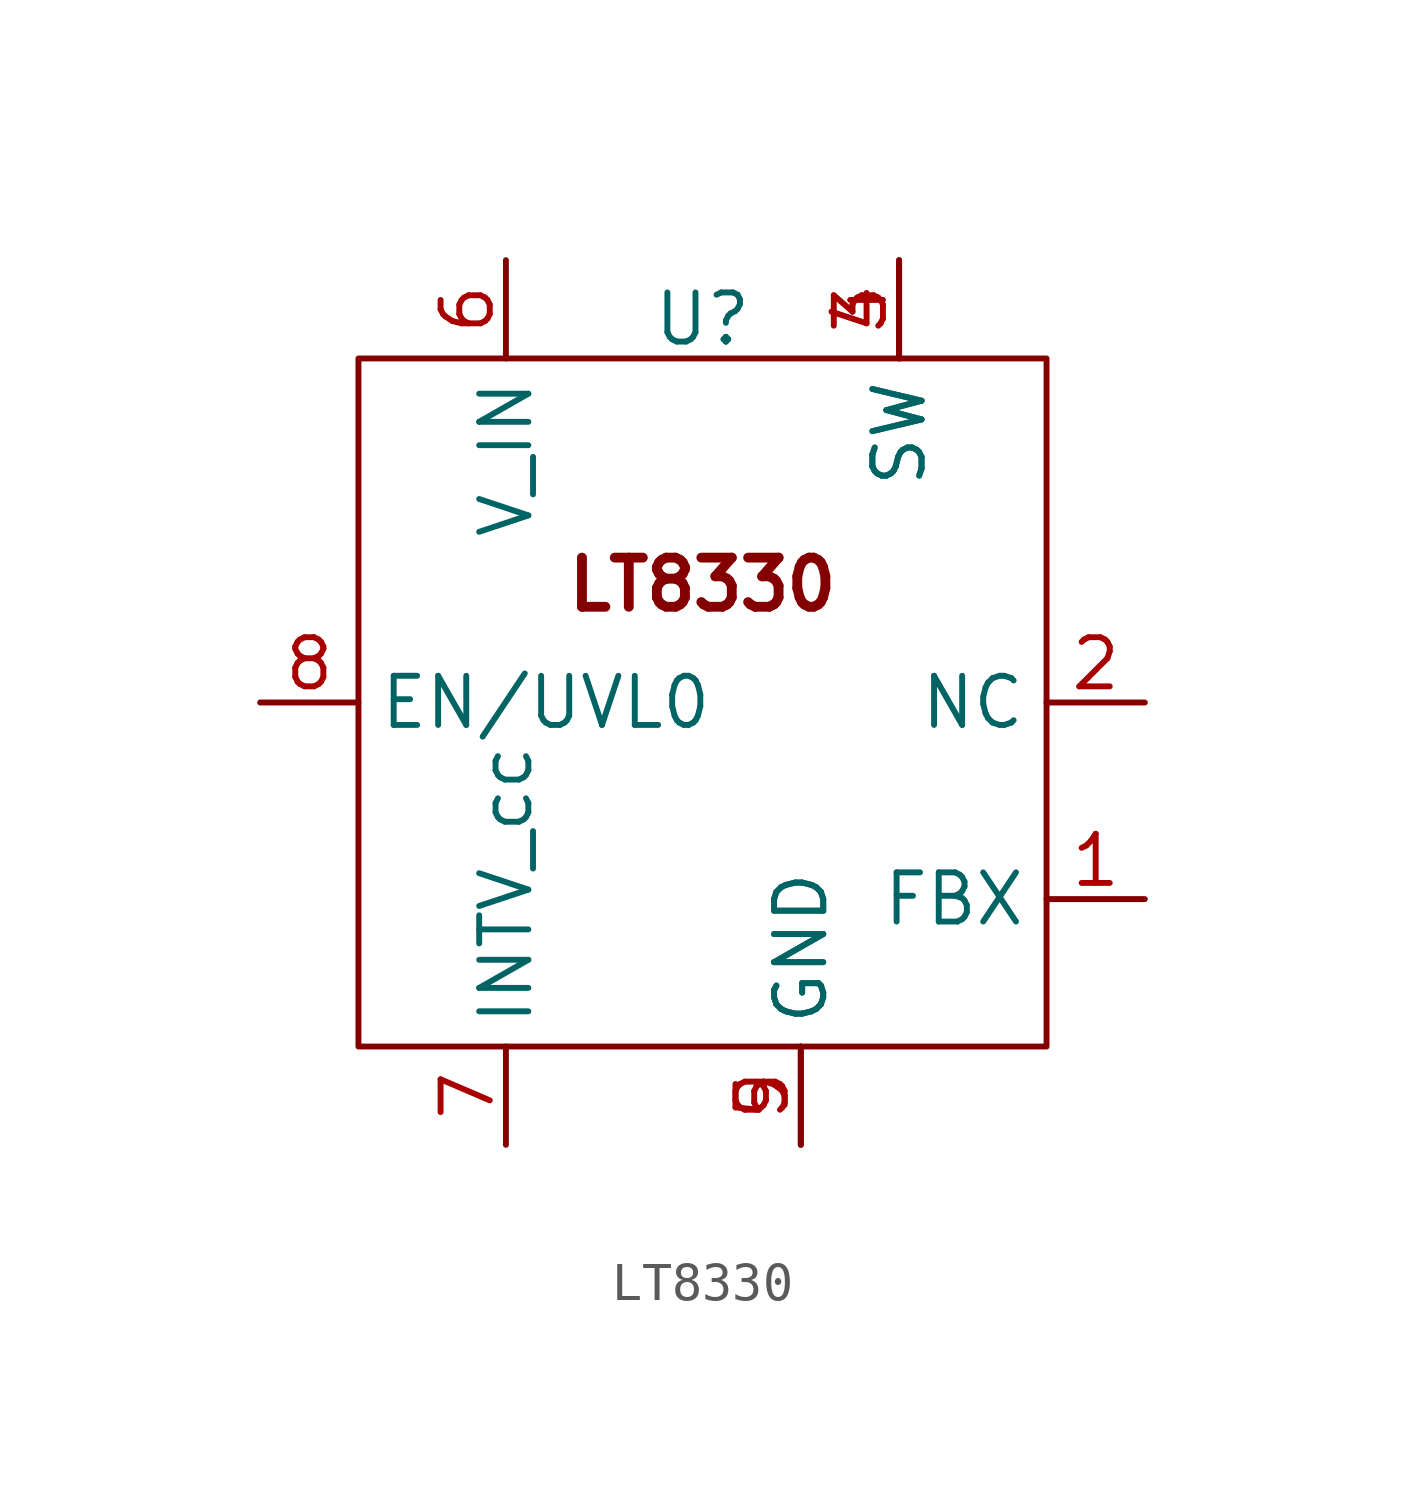
<source format=kicad_sym>
(kicad_symbol_lib
  (version 20231120)
  (generator "kicad_symbol_editor")
  (generator_version "8.0")
  (symbol "LT8330"
    (property "Reference" "U"
      (at 0 9.906 0)
      (effects (font (size 1.27 1.27))))
    (property "Value" ""
      (at 0 0 0)
      (effects (font (size 1.27 1.27))))
    (symbol "LT8330_1_1"
      (rectangle (start -8.89 8.89) (end 8.89 -8.89) (stroke (width 0) (type default)) (fill (type none)))
      (text "LT8330" (at 0 3.048 0) (effects (font (size 1.27 1.27) (thickness 0.254) (bold yes))))
      (pin input line (at 11.43 -5.08 180) (length 2.54) (name "FBX" (effects (font (size 1.27 1.27)))) (number "1" (effects (font (size 1.27 1.27)))))
      (pin input line (at 11.43 0 180) (length 2.54) (name "NC" (effects (font (size 1.27 1.27)))) (number "2" (effects (font (size 1.27 1.27)))))
      (pin input line (at 5.08 11.43 270) (length 2.54) (name "SW" (effects (font (size 1.27 1.27)))) (number "3" (effects (font (size 1.27 1.27)))))
      (pin input line (at 5.08 11.43 270) (length 2.54) (name "SW" (effects (font (size 1.27 1.27)))) (number "4" (effects (font (size 1.27 1.27)))))
      (pin input line (at 2.54 -11.43 90) (length 2.54) (name "GND" (effects (font (size 1.27 1.27)))) (number "5" (effects (font (size 1.27 1.27)))))
      (pin input line (at -5.08 11.43 270) (length 2.54) (name "V_IN" (effects (font (size 1.27 1.27)))) (number "6" (effects (font (size 1.27 1.27)))))
      (pin input line (at -5.08 -11.43 90) (length 2.54) (name "INTV_cc" (effects (font (size 1.27 1.27)))) (number "7" (effects (font (size 1.27 1.27)))))
      (pin input line (at -11.43 0 0) (length 2.54) (name "EN/UVL0" (effects (font (size 1.27 1.27)))) (number "8" (effects (font (size 1.27 1.27)))))
      (pin input line (at 2.54 -11.43 90) (length 2.54) (name "GND" (effects (font (size 1.27 1.27)))) (number "9" (effects (font (size 1.27 1.27))))))))
</source>
